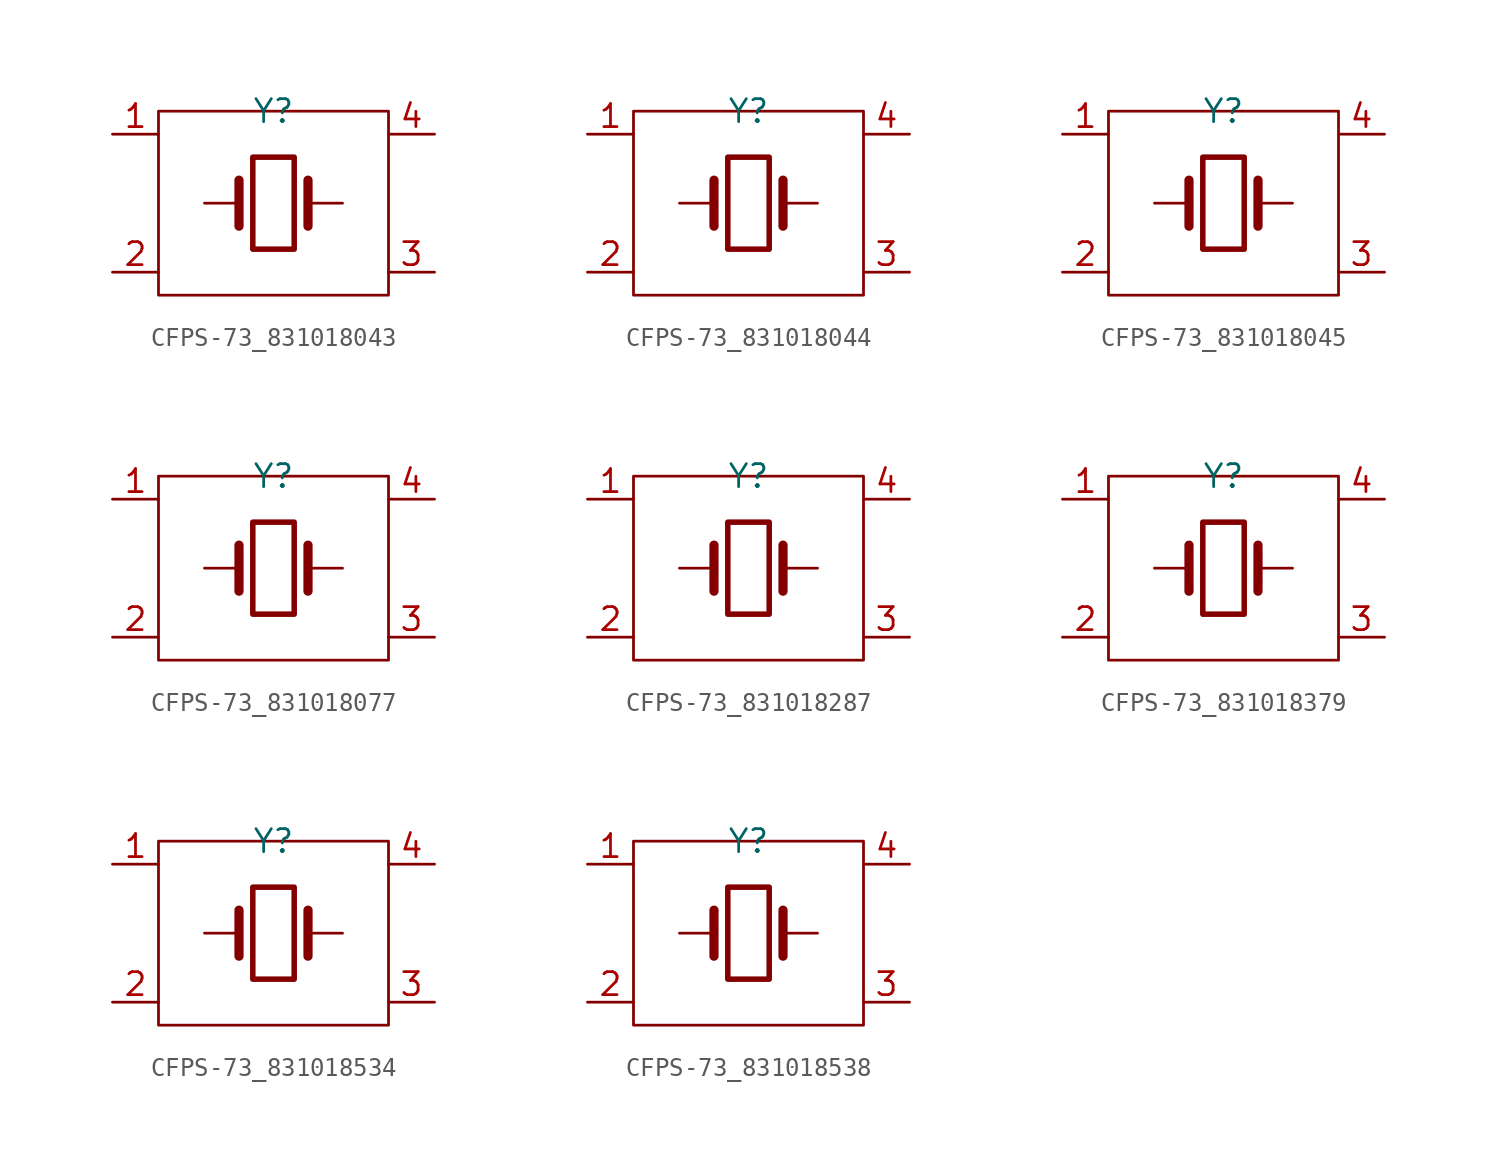
<source format=kicad_sym>
(kicad_symbol_lib
  (version 20220914)
  (generator kicad_symbol_editor)
  (symbol "CFPS-73_831018043"
    (pin_names hide)
    (property "Reference" "Y"
      (at 0 5.08 0)
      (effects (font (size 1.27 1.27))))
    (property "Critical Parameter" ""
      (at 0 -5.08 0)
      (effects (font (size 1.27 1.27)) (justify left)))
    (symbol "CFPS-73_831018043_0_1"
      (rectangle (start -6.35 5.08) (end 6.35 -5.08) (stroke (width 0) (type default)) (fill (type none)))
      (rectangle (start -1.143 2.54) (end 1.143 -2.54) (stroke (width 0.305) (type default)) (fill (type none)))
      (polyline (pts (xy -3.81 0) (xy -1.905 0)) (stroke (width 0) (type default)) (fill (type none)))
      (polyline (pts (xy -1.905 -1.27) (xy -1.905 1.27)) (stroke (width 0.508) (type default)) (fill (type none)))
      (polyline (pts (xy 1.905 -1.27) (xy 1.905 1.27)) (stroke (width 0.508) (type default)) (fill (type none)))
      (polyline (pts (xy 3.81 0) (xy 1.905 0)) (stroke (width 0) (type default)) (fill (type none))))
    (symbol "CFPS-73_831018043_1_1"
      (pin passive line (at -8.89 3.81 0) (length 2.54) (name "E/D" (effects (font (size 1.27 1.27)))) (number "1" (effects (font (size 1.27 1.27)))))
      (pin passive line (at -8.89 -3.81 0) (length 2.54) (name "GND" (effects (font (size 1.27 1.27)))) (number "2" (effects (font (size 1.27 1.27)))))
      (pin passive line (at 8.89 -3.81 180) (length 2.54) (name "OUT" (effects (font (size 1.27 1.27)))) (number "3" (effects (font (size 1.27 1.27)))))
      (pin passive line (at 8.89 3.81 180) (length 2.54) (name "+VS" (effects (font (size 1.27 1.27)))) (number "4" (effects (font (size 1.27 1.27)))))))
  (symbol "CFPS-73_831018044"
    (pin_names hide)
    (property "Reference" "Y"
      (at 0 5.08 0)
      (effects (font (size 1.27 1.27))))
    (property "Critical Parameter" ""
      (at 0 -5.08 0)
      (effects (font (size 1.27 1.27)) (justify left)))
    (symbol "CFPS-73_831018044_0_1"
      (rectangle (start -6.35 5.08) (end 6.35 -5.08) (stroke (width 0) (type default)) (fill (type none)))
      (rectangle (start -1.143 2.54) (end 1.143 -2.54) (stroke (width 0.305) (type default)) (fill (type none)))
      (polyline (pts (xy -3.81 0) (xy -1.905 0)) (stroke (width 0) (type default)) (fill (type none)))
      (polyline (pts (xy -1.905 -1.27) (xy -1.905 1.27)) (stroke (width 0.508) (type default)) (fill (type none)))
      (polyline (pts (xy 1.905 -1.27) (xy 1.905 1.27)) (stroke (width 0.508) (type default)) (fill (type none)))
      (polyline (pts (xy 3.81 0) (xy 1.905 0)) (stroke (width 0) (type default)) (fill (type none))))
    (symbol "CFPS-73_831018044_1_1"
      (pin passive line (at -8.89 3.81 0) (length 2.54) (name "E/D" (effects (font (size 1.27 1.27)))) (number "1" (effects (font (size 1.27 1.27)))))
      (pin passive line (at -8.89 -3.81 0) (length 2.54) (name "GND" (effects (font (size 1.27 1.27)))) (number "2" (effects (font (size 1.27 1.27)))))
      (pin passive line (at 8.89 -3.81 180) (length 2.54) (name "OUT" (effects (font (size 1.27 1.27)))) (number "3" (effects (font (size 1.27 1.27)))))
      (pin passive line (at 8.89 3.81 180) (length 2.54) (name "+VS" (effects (font (size 1.27 1.27)))) (number "4" (effects (font (size 1.27 1.27)))))))
  (symbol "CFPS-73_831018045"
    (pin_names hide)
    (property "Reference" "Y"
      (at 0 5.08 0)
      (effects (font (size 1.27 1.27))))
    (property "Critical Parameter" ""
      (at 0 -5.08 0)
      (effects (font (size 1.27 1.27)) (justify left)))
    (symbol "CFPS-73_831018045_0_1"
      (rectangle (start -6.35 5.08) (end 6.35 -5.08) (stroke (width 0) (type default)) (fill (type none)))
      (rectangle (start -1.143 2.54) (end 1.143 -2.54) (stroke (width 0.305) (type default)) (fill (type none)))
      (polyline (pts (xy -3.81 0) (xy -1.905 0)) (stroke (width 0) (type default)) (fill (type none)))
      (polyline (pts (xy -1.905 -1.27) (xy -1.905 1.27)) (stroke (width 0.508) (type default)) (fill (type none)))
      (polyline (pts (xy 1.905 -1.27) (xy 1.905 1.27)) (stroke (width 0.508) (type default)) (fill (type none)))
      (polyline (pts (xy 3.81 0) (xy 1.905 0)) (stroke (width 0) (type default)) (fill (type none))))
    (symbol "CFPS-73_831018045_1_1"
      (pin passive line (at -8.89 3.81 0) (length 2.54) (name "E/D" (effects (font (size 1.27 1.27)))) (number "1" (effects (font (size 1.27 1.27)))))
      (pin passive line (at -8.89 -3.81 0) (length 2.54) (name "GND" (effects (font (size 1.27 1.27)))) (number "2" (effects (font (size 1.27 1.27)))))
      (pin passive line (at 8.89 -3.81 180) (length 2.54) (name "OUT" (effects (font (size 1.27 1.27)))) (number "3" (effects (font (size 1.27 1.27)))))
      (pin passive line (at 8.89 3.81 180) (length 2.54) (name "+VS" (effects (font (size 1.27 1.27)))) (number "4" (effects (font (size 1.27 1.27)))))))
  (symbol "CFPS-73_831018077"
    (pin_names hide)
    (property "Reference" "Y"
      (at 0 5.08 0)
      (effects (font (size 1.27 1.27))))
    (property "Critical Parameter" ""
      (at 0 -5.08 0)
      (effects (font (size 1.27 1.27)) (justify left)))
    (symbol "CFPS-73_831018077_0_1"
      (rectangle (start -6.35 5.08) (end 6.35 -5.08) (stroke (width 0) (type default)) (fill (type none)))
      (rectangle (start -1.143 2.54) (end 1.143 -2.54) (stroke (width 0.305) (type default)) (fill (type none)))
      (polyline (pts (xy -3.81 0) (xy -1.905 0)) (stroke (width 0) (type default)) (fill (type none)))
      (polyline (pts (xy -1.905 -1.27) (xy -1.905 1.27)) (stroke (width 0.508) (type default)) (fill (type none)))
      (polyline (pts (xy 1.905 -1.27) (xy 1.905 1.27)) (stroke (width 0.508) (type default)) (fill (type none)))
      (polyline (pts (xy 3.81 0) (xy 1.905 0)) (stroke (width 0) (type default)) (fill (type none))))
    (symbol "CFPS-73_831018077_1_1"
      (pin passive line (at -8.89 3.81 0) (length 2.54) (name "E/D" (effects (font (size 1.27 1.27)))) (number "1" (effects (font (size 1.27 1.27)))))
      (pin passive line (at -8.89 -3.81 0) (length 2.54) (name "GND" (effects (font (size 1.27 1.27)))) (number "2" (effects (font (size 1.27 1.27)))))
      (pin passive line (at 8.89 -3.81 180) (length 2.54) (name "OUT" (effects (font (size 1.27 1.27)))) (number "3" (effects (font (size 1.27 1.27)))))
      (pin passive line (at 8.89 3.81 180) (length 2.54) (name "+VS" (effects (font (size 1.27 1.27)))) (number "4" (effects (font (size 1.27 1.27)))))))
  (symbol "CFPS-73_831018287"
    (pin_names hide)
    (property "Reference" "Y"
      (at 0 5.08 0)
      (effects (font (size 1.27 1.27))))
    (property "Critical Parameter" ""
      (at 0 -5.08 0)
      (effects (font (size 1.27 1.27)) (justify left)))
    (symbol "CFPS-73_831018287_0_1"
      (rectangle (start -6.35 5.08) (end 6.35 -5.08) (stroke (width 0) (type default)) (fill (type none)))
      (rectangle (start -1.143 2.54) (end 1.143 -2.54) (stroke (width 0.305) (type default)) (fill (type none)))
      (polyline (pts (xy -3.81 0) (xy -1.905 0)) (stroke (width 0) (type default)) (fill (type none)))
      (polyline (pts (xy -1.905 -1.27) (xy -1.905 1.27)) (stroke (width 0.508) (type default)) (fill (type none)))
      (polyline (pts (xy 1.905 -1.27) (xy 1.905 1.27)) (stroke (width 0.508) (type default)) (fill (type none)))
      (polyline (pts (xy 3.81 0) (xy 1.905 0)) (stroke (width 0) (type default)) (fill (type none))))
    (symbol "CFPS-73_831018287_1_1"
      (pin passive line (at -8.89 3.81 0) (length 2.54) (name "E/D" (effects (font (size 1.27 1.27)))) (number "1" (effects (font (size 1.27 1.27)))))
      (pin passive line (at -8.89 -3.81 0) (length 2.54) (name "GND" (effects (font (size 1.27 1.27)))) (number "2" (effects (font (size 1.27 1.27)))))
      (pin passive line (at 8.89 -3.81 180) (length 2.54) (name "OUT" (effects (font (size 1.27 1.27)))) (number "3" (effects (font (size 1.27 1.27)))))
      (pin passive line (at 8.89 3.81 180) (length 2.54) (name "+VS" (effects (font (size 1.27 1.27)))) (number "4" (effects (font (size 1.27 1.27)))))))
  (symbol "CFPS-73_831018379"
    (pin_names hide)
    (property "Reference" "Y"
      (at 0 5.08 0)
      (effects (font (size 1.27 1.27))))
    (property "Critical Parameter" ""
      (at 0 -5.08 0)
      (effects (font (size 1.27 1.27)) (justify left)))
    (symbol "CFPS-73_831018379_0_1"
      (rectangle (start -6.35 5.08) (end 6.35 -5.08) (stroke (width 0) (type default)) (fill (type none)))
      (rectangle (start -1.143 2.54) (end 1.143 -2.54) (stroke (width 0.305) (type default)) (fill (type none)))
      (polyline (pts (xy -3.81 0) (xy -1.905 0)) (stroke (width 0) (type default)) (fill (type none)))
      (polyline (pts (xy -1.905 -1.27) (xy -1.905 1.27)) (stroke (width 0.508) (type default)) (fill (type none)))
      (polyline (pts (xy 1.905 -1.27) (xy 1.905 1.27)) (stroke (width 0.508) (type default)) (fill (type none)))
      (polyline (pts (xy 3.81 0) (xy 1.905 0)) (stroke (width 0) (type default)) (fill (type none))))
    (symbol "CFPS-73_831018379_1_1"
      (pin passive line (at -8.89 3.81 0) (length 2.54) (name "E/D" (effects (font (size 1.27 1.27)))) (number "1" (effects (font (size 1.27 1.27)))))
      (pin passive line (at -8.89 -3.81 0) (length 2.54) (name "GND" (effects (font (size 1.27 1.27)))) (number "2" (effects (font (size 1.27 1.27)))))
      (pin passive line (at 8.89 -3.81 180) (length 2.54) (name "OUT" (effects (font (size 1.27 1.27)))) (number "3" (effects (font (size 1.27 1.27)))))
      (pin passive line (at 8.89 3.81 180) (length 2.54) (name "+VS" (effects (font (size 1.27 1.27)))) (number "4" (effects (font (size 1.27 1.27)))))))
  (symbol "CFPS-73_831018534"
    (pin_names hide)
    (property "Reference" "Y"
      (at 0 5.08 0)
      (effects (font (size 1.27 1.27))))
    (property "Critical Parameter" ""
      (at 0 -5.08 0)
      (effects (font (size 1.27 1.27)) (justify left)))
    (symbol "CFPS-73_831018534_0_1"
      (rectangle (start -6.35 5.08) (end 6.35 -5.08) (stroke (width 0) (type default)) (fill (type none)))
      (rectangle (start -1.143 2.54) (end 1.143 -2.54) (stroke (width 0.305) (type default)) (fill (type none)))
      (polyline (pts (xy -3.81 0) (xy -1.905 0)) (stroke (width 0) (type default)) (fill (type none)))
      (polyline (pts (xy -1.905 -1.27) (xy -1.905 1.27)) (stroke (width 0.508) (type default)) (fill (type none)))
      (polyline (pts (xy 1.905 -1.27) (xy 1.905 1.27)) (stroke (width 0.508) (type default)) (fill (type none)))
      (polyline (pts (xy 3.81 0) (xy 1.905 0)) (stroke (width 0) (type default)) (fill (type none))))
    (symbol "CFPS-73_831018534_1_1"
      (pin passive line (at -8.89 3.81 0) (length 2.54) (name "E/D" (effects (font (size 1.27 1.27)))) (number "1" (effects (font (size 1.27 1.27)))))
      (pin passive line (at -8.89 -3.81 0) (length 2.54) (name "GND" (effects (font (size 1.27 1.27)))) (number "2" (effects (font (size 1.27 1.27)))))
      (pin passive line (at 8.89 -3.81 180) (length 2.54) (name "OUT" (effects (font (size 1.27 1.27)))) (number "3" (effects (font (size 1.27 1.27)))))
      (pin passive line (at 8.89 3.81 180) (length 2.54) (name "+VS" (effects (font (size 1.27 1.27)))) (number "4" (effects (font (size 1.27 1.27)))))))
  (symbol "CFPS-73_831018538"
    (pin_names hide)
    (property "Reference" "Y"
      (at 0 5.08 0)
      (effects (font (size 1.27 1.27))))
    (property "Critical Parameter" ""
      (at 0 -5.08 0)
      (effects (font (size 1.27 1.27)) (justify left)))
    (symbol "CFPS-73_831018538_0_1"
      (rectangle (start -6.35 5.08) (end 6.35 -5.08) (stroke (width 0) (type default)) (fill (type none)))
      (rectangle (start -1.143 2.54) (end 1.143 -2.54) (stroke (width 0.305) (type default)) (fill (type none)))
      (polyline (pts (xy -3.81 0) (xy -1.905 0)) (stroke (width 0) (type default)) (fill (type none)))
      (polyline (pts (xy -1.905 -1.27) (xy -1.905 1.27)) (stroke (width 0.508) (type default)) (fill (type none)))
      (polyline (pts (xy 1.905 -1.27) (xy 1.905 1.27)) (stroke (width 0.508) (type default)) (fill (type none)))
      (polyline (pts (xy 3.81 0) (xy 1.905 0)) (stroke (width 0) (type default)) (fill (type none))))
    (symbol "CFPS-73_831018538_1_1"
      (pin passive line (at -8.89 3.81 0) (length 2.54) (name "E/D" (effects (font (size 1.27 1.27)))) (number "1" (effects (font (size 1.27 1.27)))))
      (pin passive line (at -8.89 -3.81 0) (length 2.54) (name "GND" (effects (font (size 1.27 1.27)))) (number "2" (effects (font (size 1.27 1.27)))))
      (pin passive line (at 8.89 -3.81 180) (length 2.54) (name "OUT" (effects (font (size 1.27 1.27)))) (number "3" (effects (font (size 1.27 1.27)))))
      (pin passive line (at 8.89 3.81 180) (length 2.54) (name "+VS" (effects (font (size 1.27 1.27)))) (number "4" (effects (font (size 1.27 1.27))))))))
</source>
